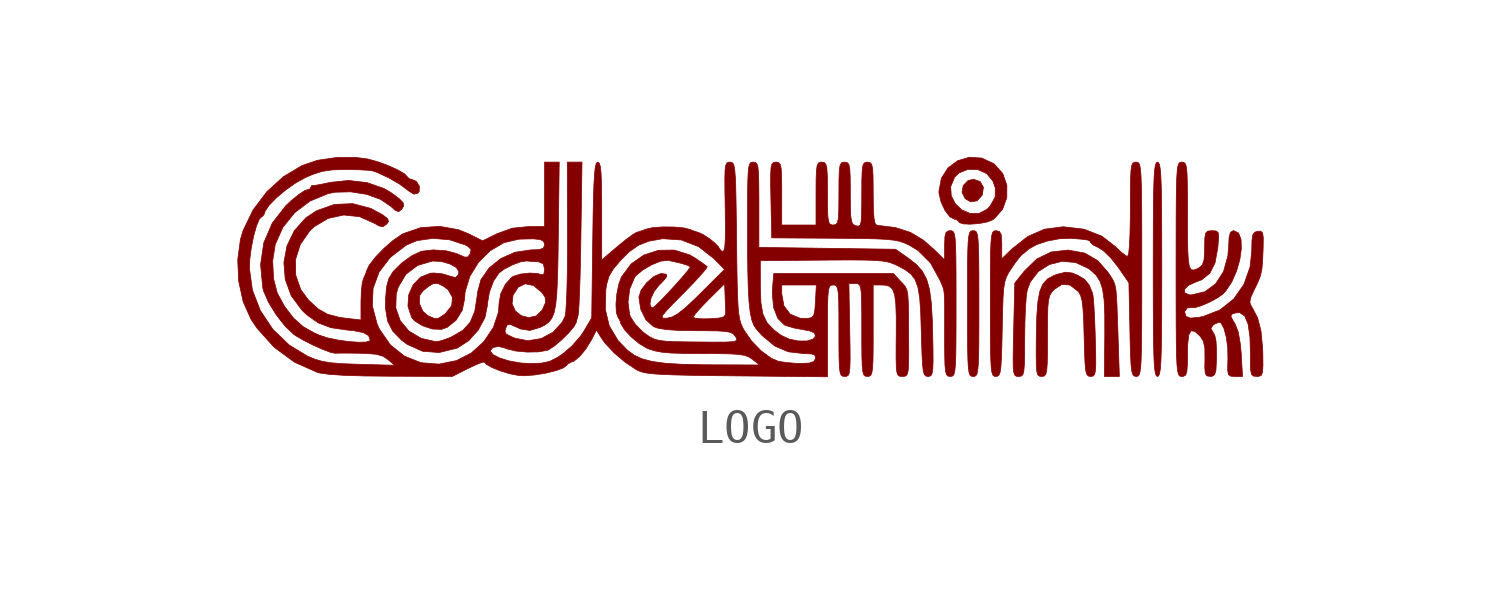
<source format=kicad_sym>
(kicad_symbol_lib
  (version 20210619)
  (generator bitmap2component)
  (symbol "LOGO"
    (pin_names
      (offset 1.016))
    (property "Reference" "#G"
      (at 0 2.582 0)
      (effects (font (size 1.27 1.27)) hide))
    (symbol "LOGO_0_0"
      (polyline (pts (xy 2.286 -1.953) (xy 2.286 -1.606) (xy 2.289 -1.195) (xy 2.299 -0.913) (xy 2.317 -0.737) (xy 2.347 -0.64) (xy 2.392 -0.601) (xy 2.455 -0.593) (xy 2.498 -0.595) (xy 2.549 -0.621) (xy 2.584 -0.694) (xy 2.607 -0.838) (xy 2.619 -1.079) (xy 2.624 -1.441) (xy 2.625 -1.947) (xy 2.625 -2.312) (xy 2.628 -2.716) (xy 2.638 -2.992) (xy 2.656 -3.164) (xy 2.687 -3.257) (xy 2.733 -3.295) (xy 2.798 -3.302) (xy 2.85 -3.299) (xy 2.899 -3.271) (xy 2.932 -3.195) (xy 2.95 -3.047) (xy 2.957 -2.802) (xy 2.955 -2.437) (xy 2.946 -1.926) (xy 2.921 -0.55) (xy 3.111 -0.55) (xy 3.179 -0.554) (xy 3.231 -0.582) (xy 3.265 -0.657) (xy 3.286 -0.805) (xy 3.297 -1.05) (xy 3.301 -1.416) (xy 3.302 -1.926) (xy 3.302 -2.295) (xy 3.306 -2.704) (xy 3.315 -2.983) (xy 3.333 -3.159) (xy 3.363 -3.255) (xy 3.408 -3.294) (xy 3.471 -3.302) (xy 3.514 -3.299) (xy 3.565 -3.274) (xy 3.6 -3.201) (xy 3.623 -3.056) (xy 3.635 -2.815) (xy 3.64 -2.454) (xy 3.641 -1.947) (xy 3.641 -0.593) (xy 3.884 -0.593) (xy 3.982 -0.596) (xy 4.119 -0.63) (xy 4.215 -0.718) (xy 4.276 -0.883) (xy 4.31 -1.148) (xy 4.324 -1.536) (xy 4.323 -2.071) (xy 4.32 -2.374) (xy 4.319 -2.765) (xy 4.326 -3.026) (xy 4.344 -3.186) (xy 4.378 -3.267) (xy 4.43 -3.298) (xy 4.505 -3.302) (xy 4.548 -3.301) (xy 4.611 -3.286) (xy 4.654 -3.231) (xy 4.679 -3.111) (xy 4.691 -2.898) (xy 4.694 -2.569) (xy 4.691 -2.095) (xy 4.69 -1.821) (xy 4.687 -1.389) (xy 4.68 -1.083) (xy 4.666 -0.877) (xy 4.64 -0.742) (xy 4.598 -0.649) (xy 4.536 -0.57) (xy 4.449 -0.478) (xy 4.241 -0.254) (xy 0.694 -0.254) (xy 0.666 -0.593) (xy 0.931 -0.593) (xy 1.956 -0.593) (xy 1.93 -1.079) (xy 1.914 -1.317) (xy 1.881 -1.485) (xy 1.814 -1.56) (xy 1.693 -1.584) (xy 1.474 -1.577) (xy 1.182 -1.456) (xy 0.996 -1.21) (xy 0.931 -0.852) (xy 0.931 -0.593) (xy 0.666 -0.593) (xy 0.658 -0.699) (xy 0.651 -0.853) (xy 0.691 -1.261) (xy 0.813 -1.579) (xy 1.005 -1.772) (xy 1.06 -1.797) (xy 1.29 -1.865) (xy 1.567 -1.918) (xy 1.758 -1.952) (xy 1.902 -2.014) (xy 1.929 -2.107) (xy 1.862 -2.195) (xy 1.675 -2.252) (xy 1.42 -2.251) (xy 1.149 -2.195) (xy 0.912 -2.083) (xy 0.69 -1.917) (xy 0.492 -1.704) (xy 0.372 -1.45) (xy 0.314 -1.113) (xy 0.297 -0.651) (xy 0.296 0.127) (xy 2.145 0.144) (xy 2.399 0.146) (xy 2.954 0.149) (xy 3.374 0.146) (xy 3.686 0.136) (xy 3.913 0.117) (xy 4.082 0.087) (xy 4.218 0.045) (xy 4.346 -0.012) (xy 4.349 -0.014) (xy 4.586 -0.14) (xy 4.761 -0.271) (xy 4.884 -0.435) (xy 4.966 -0.66) (xy 5.018 -0.972) (xy 5.048 -1.398) (xy 5.066 -1.967) (xy 5.073 -2.216) (xy 5.087 -2.65) (xy 5.103 -2.95) (xy 5.125 -3.141) (xy 5.157 -3.247) (xy 5.203 -3.292) (xy 5.265 -3.302) (xy 5.296 -3.301) (xy 5.35 -3.28) (xy 5.386 -3.215) (xy 5.407 -3.081) (xy 5.415 -2.852) (xy 5.413 -2.503) (xy 5.403 -2.011) (xy 5.394 -1.663) (xy 5.364 -1.132) (xy 5.311 -0.727) (xy 5.224 -0.419) (xy 5.095 -0.179) (xy 4.913 0.021) (xy 4.671 0.21) (xy 4.304 0.466) (xy 2.279 0.494) (xy 0.254 0.521) (xy 0.254 1.785) (xy 0.254 1.99) (xy 0.251 2.419) (xy 0.243 2.712) (xy 0.226 2.897) (xy 0.196 2.998) (xy 0.15 3.04) (xy 0.085 3.048) (xy 0.063 3.047) (xy 0.015 3.035) (xy -0.021 2.99) (xy -0.047 2.894) (xy -0.064 2.727) (xy -0.075 2.468) (xy -0.081 2.1) (xy -0.083 1.601) (xy -0.083 0.953) (xy -0.082 0.507) (xy -0.075 -0.16) (xy -0.061 -0.687) (xy -0.038 -1.093) (xy -0.004 -1.399) (xy 0.042 -1.623) (xy 0.103 -1.784) (xy 0.18 -1.901) (xy 0.353 -2.094) (xy 0.726 -2.402) (xy 1.123 -2.572) (xy 1.583 -2.625) (xy 1.588 -2.625) (xy 1.82 -2.636) (xy 1.921 -2.68) (xy 1.93 -2.773) (xy 1.88 -2.861) (xy 1.743 -2.907) (xy 1.479 -2.917) (xy 1.352 -2.913) (xy 1.053 -2.889) (xy 0.827 -2.852) (xy 0.624 -2.765) (xy 0.32 -2.544) (xy 0.031 -2.245) (xy -0.196 -1.913) (xy -0.226 -1.855) (xy -0.275 -1.743) (xy -0.313 -1.614) (xy -0.342 -1.446) (xy -0.363 -1.217) (xy -0.378 -0.905) (xy -0.39 -0.49) (xy -0.399 0.052) (xy -0.407 0.741) (xy -0.413 1.279) (xy -0.422 1.846) (xy -0.431 2.277) (xy -0.443 2.591) (xy -0.46 2.805) (xy -0.482 2.939) (xy -0.512 3.012) (xy -0.552 3.042) (xy -0.602 3.048) (xy -0.644 3.046) (xy -0.695 3.021) (xy -0.729 2.949) (xy -0.748 2.806) (xy -0.755 2.567) (xy -0.753 2.208) (xy -0.745 1.704) (xy -0.743 1.587) (xy -0.738 1.095) (xy -0.742 0.749) (xy -0.757 0.531) (xy -0.785 0.421) (xy -0.826 0.401) (xy -0.865 0.421) (xy -0.931 0.511) (xy -0.94 0.536) (xy -1.043 0.646) (xy -1.216 0.783) (xy -1.403 0.904) (xy -1.548 0.969) (xy -1.627 0.991) (xy -1.81 1.059) (xy -1.966 1.098) (xy -2.255 1.125) (xy -2.585 1.128) (xy -2.887 1.108) (xy -3.09 1.063) (xy -3.203 1.019) (xy -3.364 0.969) (xy -3.369 0.967) (xy -3.489 0.897) (xy -3.692 0.747) (xy -3.936 0.548) (xy -4.403 0.149) (xy -4.403 1.598) (xy -4.404 1.995) (xy -4.41 2.431) (xy -4.423 2.732) (xy -4.445 2.922) (xy -4.477 3.02) (xy -4.521 3.048) (xy -4.532 3.046) (xy -4.566 3.004) (xy -4.594 2.895) (xy -4.615 2.701) (xy -4.633 2.405) (xy -4.647 1.992) (xy -4.659 1.442) (xy -4.669 0.741) (xy -4.696 -1.31) (xy -4.297 -1.31) (xy -4.281 -0.729) (xy -4.256 -0.568) (xy -4.185 -0.329) (xy -4.053 -0.11) (xy -3.826 0.155) (xy -3.586 0.393) (xy -3.312 0.586) (xy -3.006 0.705) (xy -2.598 0.779) (xy -2.045 0.742) (xy -1.532 0.543) (xy -1.076 0.187) (xy -0.764 -0.132) (xy -1.479 -0.844) (xy -1.622 -0.985) (xy -1.92 -1.264) (xy -2.143 -1.443) (xy -2.315 -1.54) (xy -2.343 -1.546) (xy -1.693 -1.546) (xy -1.691 -1.537) (xy -1.613 -1.428) (xy -1.449 -1.243) (xy -1.228 -1.016) (xy -0.762 -0.556) (xy -0.751 -0.828) (xy -0.742 -1.071) (xy -0.73 -1.333) (xy -0.73 -1.337) (xy -0.735 -1.467) (xy -0.789 -1.538) (xy -0.933 -1.573) (xy -1.206 -1.592) (xy -1.419 -1.596) (xy -1.617 -1.58) (xy -1.693 -1.546) (xy -2.343 -1.546) (xy -2.464 -1.575) (xy -2.567 -1.578) (xy -2.617 -1.556) (xy -2.596 -1.49) (xy -2.491 -1.362) (xy -2.292 -1.152) (xy -1.985 -0.842) (xy -1.951 -0.808) (xy -1.676 -0.524) (xy -1.458 -0.287) (xy -1.317 -0.121) (xy -1.277 -0.05) (xy -1.298 -0.032) (xy -1.428 0.063) (xy -1.624 0.199) (xy -1.801 0.302) (xy -2.253 0.442) (xy -2.716 0.436) (xy -3.154 0.296) (xy -3.534 0.029) (xy -3.818 -0.356) (xy -3.894 -0.559) (xy -3.954 -0.853) (xy -3.976 -1.098) (xy -3.624 -1.098) (xy -3.571 -0.706) (xy -3.429 -0.37) (xy -3.385 -0.313) (xy -3.182 -0.145) (xy -2.918 0.008) (xy -2.654 0.113) (xy -2.454 0.138) (xy -2.321 0.112) (xy -2.05 0.05) (xy -1.854 -0.011) (xy -1.778 -0.055) (xy -1.783 -0.069) (xy -1.866 -0.184) (xy -2.027 -0.374) (xy -2.233 -0.606) (xy -2.455 -0.845) (xy -2.66 -1.058) (xy -2.818 -1.211) (xy -2.896 -1.27) (xy -2.931 -1.262) (xy -2.975 -1.163) (xy -2.944 -0.988) (xy -2.851 -0.786) (xy -2.709 -0.605) (xy -2.586 -0.482) (xy -2.476 -0.342) (xy -2.493 -0.273) (xy -2.631 -0.254) (xy -2.659 -0.256) (xy -2.862 -0.344) (xy -3.072 -0.526) (xy -3.236 -0.747) (xy -3.302 -0.955) (xy -3.247 -1.312) (xy -3.095 -1.622) (xy -2.874 -1.823) (xy -2.748 -1.87) (xy -2.491 -1.914) (xy -2.113 -1.94) (xy -1.591 -1.947) (xy -1.337 -1.948) (xy -0.975 -1.953) (xy -0.736 -1.969) (xy -0.587 -1.998) (xy -0.499 -2.047) (xy -0.441 -2.12) (xy -0.417 -2.159) (xy -0.399 -2.215) (xy -0.433 -2.252) (xy -0.543 -2.274) (xy -0.752 -2.284) (xy -1.084 -2.285) (xy -1.562 -2.281) (xy -1.789 -2.279) (xy -2.207 -2.272) (xy -2.503 -2.259) (xy -2.709 -2.233) (xy -2.858 -2.191) (xy -2.983 -2.126) (xy -3.117 -2.034) (xy -3.2 -1.968) (xy -3.414 -1.747) (xy -3.553 -1.532) (xy -3.577 -1.463) (xy -3.624 -1.098) (xy -3.976 -1.098) (xy -3.981 -1.156) (xy -3.97 -1.41) (xy -3.916 -1.559) (xy -3.904 -1.573) (xy -3.851 -1.679) (xy -3.838 -1.737) (xy -3.724 -1.922) (xy -3.527 -2.134) (xy -3.292 -2.329) (xy -3.062 -2.466) (xy -3.018 -2.484) (xy -2.838 -2.543) (xy -2.622 -2.584) (xy -2.336 -2.609) (xy -1.948 -2.621) (xy -1.425 -2.625) (xy -0.956 -2.626) (xy -0.588 -2.634) (xy -0.333 -2.651) (xy -0.159 -2.682) (xy -0.038 -2.728) (xy 0.061 -2.794) (xy 0.277 -2.963) (xy -1.195 -2.957) (xy -1.392 -2.956) (xy -2.029 -2.942) (xy -2.529 -2.911) (xy -2.915 -2.857) (xy -3.214 -2.778) (xy -3.449 -2.667) (xy -3.645 -2.521) (xy -3.921 -2.235) (xy -4.18 -1.802) (xy -4.297 -1.31) (xy -4.696 -1.31) (xy -4.699 -1.566) (xy -4.934 -1.966) (xy -5.026 -2.102) (xy -5.285 -2.4) (xy -5.569 -2.642) (xy -5.729 -2.748) (xy -5.952 -2.858) (xy -6.189 -2.908) (xy -6.519 -2.92) (xy -6.796 -2.904) (xy -7.131 -2.846) (xy -7.422 -2.758) (xy -7.627 -2.653) (xy -7.705 -2.545) (xy -7.704 -2.533) (xy -7.622 -2.442) (xy -7.454 -2.414) (xy -7.271 -2.461) (xy -7.221 -2.483) (xy -6.952 -2.549) (xy -6.61 -2.58) (xy -6.27 -2.574) (xy -6.006 -2.526) (xy -5.984 -2.517) (xy -5.813 -2.406) (xy -5.6 -2.227) (xy -5.391 -2.022) (xy -5.229 -1.833) (xy -5.158 -1.704) (xy -5.145 -1.643) (xy -5.101 -1.482) (xy -5.088 -1.383) (xy -5.073 -1.131) (xy -5.057 -0.755) (xy -5.042 -0.28) (xy -5.029 0.269) (xy -5.019 0.868) (xy -4.987 3.048) (xy -5.423 3.048) (xy -5.416 0.865) (xy -5.416 0.371) (xy -5.422 -0.198) (xy -5.433 -0.697) (xy -5.449 -1.102) (xy -5.468 -1.386) (xy -5.49 -1.527) (xy -5.573 -1.694) (xy -5.842 -1.989) (xy -6.196 -2.179) (xy -6.59 -2.245) (xy -6.981 -2.166) (xy -7.098 -2.116) (xy -7.238 -2.04) (xy -7.271 -1.961) (xy -7.233 -1.835) (xy -7.203 -1.777) (xy -7.123 -1.756) (xy -6.958 -1.828) (xy -6.807 -1.896) (xy -6.529 -1.939) (xy -6.228 -1.85) (xy -6.09 -1.78) (xy -5.972 -1.696) (xy -5.882 -1.58) (xy -5.814 -1.414) (xy -5.766 -1.177) (xy -5.734 -0.851) (xy -5.713 -0.414) (xy -5.699 0.152) (xy -5.689 0.868) (xy -5.662 3.048) (xy -6.096 3.048) (xy -6.096 1.14) (xy -6.592 1.137) (xy -7.055 1.09) (xy -7.51 0.925) (xy -7.933 0.716) (xy -8.348 0.925) (xy -8.648 1.046) (xy -9.203 1.145) (xy -9.764 1.107) (xy -10.28 0.931) (xy -10.327 0.905) (xy -10.587 0.726) (xy -10.859 0.489) (xy -11.107 0.233) (xy -11.291 -0.004) (xy -11.375 -0.181) (xy -11.388 -0.236) (xy -11.464 -0.411) (xy -11.498 -0.531) (xy -11.525 -0.774) (xy -11.536 -1.078) (xy -11.536 -1.214) (xy -11.199 -1.214) (xy -11.178 -0.695) (xy -11 -0.211) (xy -10.67 0.223) (xy -10.192 0.59) (xy -9.873 0.723) (xy -9.405 0.789) (xy -8.911 0.747) (xy -8.449 0.595) (xy -8.373 0.555) (xy -8.273 0.457) (xy -8.3 0.333) (xy -8.306 0.322) (xy -8.373 0.236) (xy -8.47 0.235) (xy -8.656 0.319) (xy -8.69 0.335) (xy -9.011 0.421) (xy -9.391 0.447) (xy -9.737 0.408) (xy -9.76 0.401) (xy -10.035 0.271) (xy -10.331 0.057) (xy -10.579 -0.191) (xy -10.595 -0.212) (xy -10.713 -0.408) (xy -10.778 -0.65) (xy -10.807 -0.998) (xy -10.808 -1.273) (xy -10.505 -1.273) (xy -10.49 -0.853) (xy -10.43 -0.653) (xy -10.202 -0.274) (xy -9.858 -0.013) (xy -9.416 0.116) (xy -9.397 0.117) (xy -9.147 0.102) (xy -8.9 0.03) (xy -8.711 -0.075) (xy -8.636 -0.194) (xy -8.645 -0.281) (xy -8.733 -0.375) (xy -8.911 -0.327) (xy -8.919 -0.323) (xy -9.125 -0.262) (xy -9.381 -0.237) (xy -9.478 -0.244) (xy -9.77 -0.36) (xy -9.991 -0.588) (xy -10.123 -0.889) (xy -10.139 -1.138) (xy -9.807 -1.138) (xy -9.793 -0.894) (xy -9.703 -0.773) (xy -9.534 -0.633) (xy -9.39 -0.551) (xy -9.26 -0.546) (xy -9.081 -0.636) (xy -8.954 -0.733) (xy -8.825 -0.96) (xy -8.848 -1.206) (xy -9.028 -1.433) (xy -9.1 -1.489) (xy -9.246 -1.581) (xy -9.368 -1.582) (xy -9.548 -1.504) (xy -9.701 -1.374) (xy -9.807 -1.138) (xy -10.139 -1.138) (xy -10.144 -1.223) (xy -10.037 -1.551) (xy -9.947 -1.655) (xy -9.708 -1.802) (xy -9.42 -1.897) (xy -9.155 -1.908) (xy -8.976 -1.845) (xy -8.719 -1.637) (xy -8.536 -1.343) (xy -8.467 -1.012) (xy -8.451 -0.799) (xy -8.312 -0.34) (xy -8.054 0.078) (xy -7.706 0.422) (xy -7.298 0.662) (xy -6.858 0.764) (xy -6.768 0.768) (xy -6.43 0.775) (xy -6.225 0.754) (xy -6.123 0.699) (xy -6.096 0.604) (xy -6.097 0.584) (xy -6.134 0.497) (xy -6.258 0.456) (xy -6.51 0.446) (xy -6.513 0.446) (xy -6.973 0.377) (xy -7.393 0.191) (xy -7.739 -0.088) (xy -7.981 -0.434) (xy -8.086 -0.821) (xy -8.095 -0.93) (xy -8.165 -1.374) (xy -8.3 -1.698) (xy -8.52 -1.936) (xy -8.848 -2.127) (xy -8.933 -2.164) (xy -9.161 -2.245) (xy -9.313 -2.273) (xy -9.747 -2.175) (xy -10.113 -1.959) (xy -10.373 -1.65) (xy -10.505 -1.273) (xy -10.808 -1.273) (xy -10.808 -1.287) (xy -10.748 -1.66) (xy -10.597 -1.957) (xy -10.335 -2.226) (xy -10.162 -2.355) (xy -9.709 -2.557) (xy -9.219 -2.594) (xy -8.697 -2.466) (xy -8.677 -2.458) (xy -8.345 -2.244) (xy -8.061 -1.928) (xy -7.864 -1.562) (xy -7.789 -1.198) (xy -7.788 -1.143) (xy -7.73 -0.801) (xy -7.607 -0.473) (xy -7.447 -0.238) (xy -7.3 -0.128) (xy -7.055 0.000300) (xy -6.807 0.093) (xy -6.625 0.12) (xy -6.514 0.109) (xy -6.308 0.095) (xy -6.271 0.093) (xy -6.132 0.035) (xy -6.096 -0.132) (xy -6.117 -0.272) (xy -6.194 -0.288) (xy -6.298 -0.253) (xy -6.54 -0.239) (xy -6.81 -0.269) (xy -7.027 -0.339) (xy -7.072 -0.367) (xy -7.256 -0.57) (xy -7.393 -0.846) (xy -7.442 -1.117) (xy -7.445 -1.153) (xy -7.059 -1.153) (xy -7.031 -0.9) (xy -6.879 -0.658) (xy -6.666 -0.557) (xy -6.422 -0.61) (xy -6.174 -0.818) (xy -6.081 -0.954) (xy -6.066 -1.11) (xy -6.16 -1.323) (xy -6.166 -1.334) (xy -6.344 -1.51) (xy -6.564 -1.559) (xy -6.784 -1.503) (xy -6.962 -1.361) (xy -7.059 -1.153) (xy -7.445 -1.153) (xy -7.462 -1.399) (xy -7.614 -1.851) (xy -7.891 -2.265) (xy -8.263 -2.605) (xy -8.706 -2.833) (xy -9.224 -2.937) (xy -9.758 -2.895) (xy -10.245 -2.702) (xy -10.662 -2.37) (xy -10.984 -1.908) (xy -11.057 -1.75) (xy -11.199 -1.214) (xy -11.536 -1.214) (xy -11.536 -1.629) (xy -11.994 -1.576) (xy -12.182 -1.55) (xy -12.525 -1.46) (xy -12.804 -1.302) (xy -13.092 -1.038) (xy -13.318 -0.732) (xy -13.47 -0.298) (xy -13.476 0.159) (xy -13.334 0.608) (xy -13.047 1.017) (xy -12.924 1.133) (xy -12.51 1.38) (xy -12.048 1.481) (xy -11.574 1.431) (xy -11.122 1.228) (xy -11.01 1.16) (xy -10.887 1.133) (xy -10.78 1.206) (xy -10.721 1.283) (xy -10.743 1.37) (xy -10.896 1.488) (xy -11.244 1.677) (xy -11.778 1.818) (xy -12.321 1.795) (xy -12.853 1.607) (xy -13.171 1.396) (xy -13.511 1.016) (xy -13.729 0.565) (xy -13.82 0.073) (xy -13.78 -0.429) (xy -13.603 -0.91) (xy -13.285 -1.34) (xy -13.143 -1.475) (xy -12.805 -1.715) (xy -12.425 -1.858) (xy -11.942 -1.928) (xy -11.755 -1.946) (xy -11.467 -2.003) (xy -11.311 -2.093) (xy -11.262 -2.227) (xy -11.269 -2.245) (xy -11.383 -2.283) (xy -11.609 -2.289) (xy -11.903 -2.268) (xy -12.222 -2.223) (xy -12.526 -2.159) (xy -12.77 -2.08) (xy -12.9 -2.023) (xy -13.248 -1.828) (xy -13.527 -1.581) (xy -13.8 -1.228) (xy -13.806 -1.218) (xy -14.017 -0.829) (xy -14.127 -0.401) (xy -14.152 0.124) (xy -14.076 0.61) (xy -13.851 1.113) (xy -13.501 1.549) (xy -13.046 1.893) (xy -12.51 2.115) (xy -12.304 2.156) (xy -11.843 2.168) (xy -11.376 2.095) (xy -10.959 1.946) (xy -10.647 1.734) (xy -10.522 1.62) (xy -10.42 1.58) (xy -10.333 1.647) (xy -10.274 1.742) (xy -10.286 1.843) (xy -10.404 1.966) (xy -10.647 2.145) (xy -10.854 2.266) (xy -11.355 2.441) (xy -11.906 2.505) (xy -12.446 2.448) (xy -12.643 2.405) (xy -12.864 2.364) (xy -12.975 2.355) (xy -12.994 2.356) (xy -13.039 2.281) (xy -13.043 2.254) (xy -13.108 2.235) (xy -13.109 2.235) (xy -13.204 2.204) (xy -13.385 2.083) (xy -13.611 1.899) (xy -13.758 1.761) (xy -14.164 1.243) (xy -14.416 0.657) (xy -14.511 0.014) (xy -14.446 -0.677) (xy -14.421 -0.772) (xy -14.274 -1.109) (xy -14.049 -1.474) (xy -13.788 -1.809) (xy -13.53 -2.053) (xy -13.47 -2.094) (xy -13.236 -2.232) (xy -12.953 -2.375) (xy -12.67 -2.501) (xy -12.436 -2.589) (xy -12.301 -2.616) (xy -12.292 -2.615) (xy -12.156 -2.611) (xy -11.906 -2.611) (xy -11.588 -2.615) (xy -11.368 -2.621) (xy -11.079 -2.647) (xy -10.885 -2.703) (xy -10.741 -2.798) (xy -10.541 -2.971) (xy -11.599 -2.942) (xy -11.61 -2.942) (xy -12.077 -2.925) (xy -12.419 -2.898) (xy -12.678 -2.857) (xy -12.899 -2.792) (xy -13.123 -2.698) (xy -13.665 -2.37) (xy -14.145 -1.908) (xy -14.514 -1.357) (xy -14.752 -0.746) (xy -14.841 -0.104) (xy -14.829 0.177) (xy -14.784 0.523) (xy -14.715 0.863) (xy -14.633 1.156) (xy -14.547 1.362) (xy -14.466 1.439) (xy -14.447 1.443) (xy -14.393 1.529) (xy -14.38 1.587) (xy -14.26 1.767) (xy -14.045 1.988) (xy -13.77 2.22) (xy -13.471 2.431) (xy -13.182 2.591) (xy -12.974 2.681) (xy -12.683 2.774) (xy -12.377 2.819) (xy -11.98 2.829) (xy -11.905 2.829) (xy -11.577 2.821) (xy -11.317 2.805) (xy -11.176 2.785) (xy -11.046 2.737) (xy -10.716 2.583) (xy -10.397 2.4) (xy -10.165 2.229) (xy -10.13 2.198) (xy -9.968 2.098) (xy -9.849 2.129) (xy -9.811 2.177) (xy -9.805 2.33) (xy -9.891 2.475) (xy -10.036 2.54) (xy -10.091 2.547) (xy -10.16 2.604) (xy -10.161 2.612) (xy -10.252 2.705) (xy -10.458 2.823) (xy -10.736 2.949) (xy -11.044 3.061) (xy -11.339 3.141) (xy -11.704 3.189) (xy -12.267 3.184) (xy -12.827 3.102) (xy -13.286 2.945) (xy -13.836 2.616) (xy -14.329 2.167) (xy -14.738 1.623) (xy -15.032 1.012) (xy -15.108 0.755) (xy -15.188 0.151) (xy -15.159 -0.481) (xy -15.028 -1.084) (xy -14.798 -1.602) (xy -14.622 -1.866) (xy -14.111 -2.436) (xy -13.505 -2.881) (xy -12.827 -3.183) (xy -12.776 -3.197) (xy -12.492 -3.239) (xy -12.046 -3.269) (xy -11.436 -3.288) (xy -10.659 -3.296) (xy -8.829 -3.302) (xy -8.352 -3.061) (xy -8.12 -2.951) (xy -7.942 -2.882) (xy -7.874 -2.876) (xy -7.83 -2.937) (xy -7.661 -3.035) (xy -7.412 -3.136) (xy -7.13 -3.222) (xy -6.864 -3.274) (xy -6.689 -3.281) (xy -6.384 -3.258) (xy -6.059 -3.204) (xy -5.761 -3.131) (xy -5.537 -3.048) (xy -5.434 -2.966) (xy -5.421 -2.941) (xy -5.306 -2.877) (xy -5.235 -2.856) (xy -5.064 -2.719) (xy -4.875 -2.491) (xy -4.704 -2.212) (xy -4.557 -1.927) (xy -4.409 -2.17) (xy -4.314 -2.305) (xy -4.04 -2.599) (xy -3.704 -2.885) (xy -3.364 -3.11) (xy -3.32 -3.132) (xy -3.216 -3.17) (xy -3.076 -3.201) (xy -2.88 -3.225) (xy -2.609 -3.243) (xy -2.245 -3.257) (xy -1.768 -3.269) (xy -1.161 -3.278) (xy -0.402 -3.286) (xy 2.286 -3.313) (xy 2.286 -1.953)) (stroke (width 0.01)) (fill (type outline)))
      (polyline (pts (xy 5.955 -3.301) (xy 6 -3.285) (xy 6.035 -3.236) (xy 6.06 -3.133) (xy 6.077 -2.958) (xy 6.088 -2.69) (xy 6.093 -2.312) (xy 6.096 -1.802) (xy 6.096 -1.143) (xy 6.096 -0.784) (xy 6.095 -0.204) (xy 6.091 0.236) (xy 6.083 0.555) (xy 6.069 0.772) (xy 6.048 0.908) (xy 6.018 0.981) (xy 5.978 1.01) (xy 5.927 1.016) (xy 5.882 1.014) (xy 5.802 0.97) (xy 5.766 0.841) (xy 5.757 0.583) (xy 5.757 0.15) (xy 5.44 0.463) (xy 5.133 0.732) (xy 4.744 0.967) (xy 4.299 1.109) (xy 3.747 1.178) (xy 3.699 1.226) (xy 3.665 1.385) (xy 3.646 1.676) (xy 3.641 2.117) (xy 3.64 2.292) (xy 3.636 2.642) (xy 3.623 2.864) (xy 3.594 2.986) (xy 3.545 3.037) (xy 3.471 3.048) (xy 3.432 3.046) (xy 3.372 3.019) (xy 3.333 2.938) (xy 3.313 2.774) (xy 3.304 2.499) (xy 3.302 2.082) (xy 3.301 1.816) (xy 3.297 1.488) (xy 3.283 1.287) (xy 3.254 1.183) (xy 3.205 1.151) (xy 3.133 1.161) (xy 3.112 1.167) (xy 3.044 1.205) (xy 3.001 1.29) (xy 2.976 1.451) (xy 2.966 1.72) (xy 2.963 2.127) (xy 2.963 2.287) (xy 2.959 2.64) (xy 2.946 2.862) (xy 2.917 2.985) (xy 2.868 3.037) (xy 2.794 3.048) (xy 2.762 3.047) (xy 2.698 3.024) (xy 2.658 2.949) (xy 2.636 2.792) (xy 2.627 2.524) (xy 2.625 2.117) (xy 2.624 1.941) (xy 2.62 1.591) (xy 2.607 1.37) (xy 2.578 1.248) (xy 2.529 1.196) (xy 2.455 1.185) (xy 2.423 1.187) (xy 2.36 1.21) (xy 2.32 1.285) (xy 2.297 1.442) (xy 2.288 1.709) (xy 2.286 2.117) (xy 2.286 2.292) (xy 2.282 2.642) (xy 2.268 2.864) (xy 2.239 2.986) (xy 2.191 3.037) (xy 2.117 3.048) (xy 2.085 3.047) (xy 2.021 3.024) (xy 1.981 2.949) (xy 1.959 2.792) (xy 1.949 2.524) (xy 1.947 2.117) (xy 1.947 1.185) (xy 0.931 1.185) (xy 0.931 2.117) (xy 0.931 2.304) (xy 0.927 2.65) (xy 0.913 2.868) (xy 0.884 2.988) (xy 0.835 3.038) (xy 0.759 3.048) (xy 0.755 3.048) (xy 0.687 3.039) (xy 0.641 2.994) (xy 0.614 2.887) (xy 0.603 2.692) (xy 0.603 2.38) (xy 0.611 1.926) (xy 0.635 0.804) (xy 2.473 0.792) (xy 2.751 0.79) (xy 3.298 0.785) (xy 3.712 0.775) (xy 4.019 0.76) (xy 4.246 0.736) (xy 4.417 0.702) (xy 4.559 0.655) (xy 4.698 0.593) (xy 4.971 0.429) (xy 5.339 0.06) (xy 5.618 -0.446) (xy 5.659 -0.541) (xy 5.7 -0.639) (xy 5.728 -0.727) (xy 5.745 -0.836) (xy 5.754 -0.996) (xy 5.758 -1.235) (xy 5.758 -1.585) (xy 5.757 -2.074) (xy 5.757 -2.227) (xy 5.76 -2.662) (xy 5.767 -2.961) (xy 5.785 -3.148) (xy 5.814 -3.251) (xy 5.861 -3.293) (xy 5.927 -3.302) (xy 5.955 -3.301)) (stroke (width 0.01)) (fill (type outline)))
      (polyline (pts (xy 6.632 -3.301) (xy 6.678 -3.285) (xy 6.712 -3.236) (xy 6.737 -3.133) (xy 6.754 -2.958) (xy 6.765 -2.69) (xy 6.771 -2.312) (xy 6.773 -1.802) (xy 6.773 -1.143) (xy 6.773 -0.784) (xy 6.772 -0.204) (xy 6.768 0.236) (xy 6.76 0.555) (xy 6.746 0.772) (xy 6.725 0.908) (xy 6.696 0.981) (xy 6.656 1.01) (xy 6.604 1.016) (xy 6.576 1.015) (xy 6.53 1) (xy 6.496 0.95) (xy 6.471 0.847) (xy 6.454 0.672) (xy 6.443 0.404) (xy 6.437 0.026) (xy 6.435 -0.484) (xy 6.435 -1.143) (xy 6.435 -1.502) (xy 6.436 -2.082) (xy 6.44 -2.522) (xy 6.448 -2.841) (xy 6.462 -3.058) (xy 6.483 -3.194) (xy 6.512 -3.267) (xy 6.552 -3.296) (xy 6.604 -3.302) (xy 6.632 -3.301)) (stroke (width 0.01)) (fill (type outline)))
      (polyline (pts (xy 11.449 -3.302) (xy 11.488 -3.292) (xy 11.52 -3.256) (xy 11.545 -3.179) (xy 11.565 -3.044) (xy 11.579 -2.835) (xy 11.588 -2.537) (xy 11.594 -2.132) (xy 11.598 -1.607) (xy 11.599 -0.944) (xy 11.599 -0.127) (xy 11.599 0.233) (xy 11.599 0.983) (xy 11.597 1.587) (xy 11.593 2.059) (xy 11.585 2.417) (xy 11.574 2.677) (xy 11.558 2.853) (xy 11.537 2.962) (xy 11.509 3.021) (xy 11.473 3.044) (xy 11.43 3.048) (xy 11.382 3.044) (xy 11.332 3.015) (xy 11.299 2.937) (xy 11.278 2.786) (xy 11.266 2.537) (xy 11.262 2.167) (xy 11.261 1.651) (xy 11.259 1.389) (xy 11.25 0.923) (xy 11.233 0.565) (xy 11.21 0.335) (xy 11.18 0.254) (xy 11.14 0.269) (xy 11 0.372) (xy 10.819 0.543) (xy 10.417 0.854) (xy 9.889 1.061) (xy 9.277 1.132) (xy 9.263 1.132) (xy 8.715 1.061) (xy 8.219 0.844) (xy 7.747 0.471) (xy 7.451 0.183) (xy 7.451 0.6) (xy 7.45 0.686) (xy 7.434 0.897) (xy 7.383 0.993) (xy 7.281 1.016) (xy 7.253 1.015) (xy 7.208 1) (xy 7.173 0.95) (xy 7.148 0.847) (xy 7.131 0.672) (xy 7.12 0.404) (xy 7.115 0.026) (xy 7.112 -0.484) (xy 7.112 -1.143) (xy 7.112 -1.414) (xy 7.113 -2.014) (xy 7.117 -2.472) (xy 7.125 -2.806) (xy 7.138 -3.036) (xy 7.158 -3.181) (xy 7.186 -3.261) (xy 7.225 -3.295) (xy 7.274 -3.302) (xy 7.314 -3.299) (xy 7.364 -3.269) (xy 7.399 -3.188) (xy 7.423 -3.033) (xy 7.44 -2.78) (xy 7.453 -2.405) (xy 7.465 -1.884) (xy 7.465 -1.845) (xy 7.476 -1.334) (xy 7.489 -0.96) (xy 7.509 -0.693) (xy 7.54 -0.502) (xy 7.586 -0.358) (xy 7.654 -0.229) (xy 7.747 -0.085) (xy 7.85 0.065) (xy 7.986 0.243) (xy 8.066 0.325) (xy 8.11 0.351) (xy 8.235 0.458) (xy 8.258 0.479) (xy 8.485 0.605) (xy 8.807 0.711) (xy 9.161 0.778) (xy 9.483 0.791) (xy 9.525 0.788) (xy 9.82 0.764) (xy 9.986 0.742) (xy 10.059 0.714) (xy 10.075 0.673) (xy 10.075 0.671) (xy 10.152 0.598) (xy 10.325 0.51) (xy 10.47 0.415) (xy 10.685 0.206) (xy 10.896 -0.061) (xy 11.218 -0.528) (xy 11.247 -1.915) (xy 11.253 -2.22) (xy 11.265 -2.651) (xy 11.28 -2.949) (xy 11.302 -3.139) (xy 11.333 -3.246) (xy 11.377 -3.292) (xy 11.437 -3.302) (xy 11.449 -3.302)) (stroke (width 0.01)) (fill (type outline)))
      (polyline (pts (xy 8.027 -3.293) (xy 8.075 -3.248) (xy 8.105 -3.141) (xy 8.121 -2.945) (xy 8.128 -2.634) (xy 8.13 -2.18) (xy 8.13 -2.135) (xy 8.137 -1.688) (xy 8.153 -1.279) (xy 8.176 -0.953) (xy 8.203 -0.752) (xy 8.292 -0.508) (xy 8.532 -0.196) (xy 8.86 0.014) (xy 9.241 0.108) (xy 9.638 0.074) (xy 10.013 -0.101) (xy 10.083 -0.153) (xy 10.246 -0.303) (xy 10.362 -0.482) (xy 10.438 -0.717) (xy 10.483 -1.037) (xy 10.502 -1.469) (xy 10.503 -2.042) (xy 10.492 -3.302) (xy 10.935 -3.302) (xy 10.893 -2.011) (xy 10.881 -1.65) (xy 10.866 -1.228) (xy 10.851 -0.926) (xy 10.83 -0.715) (xy 10.798 -0.567) (xy 10.75 -0.452) (xy 10.682 -0.341) (xy 10.589 -0.205) (xy 10.297 0.128) (xy 9.909 0.353) (xy 9.429 0.44) (xy 9.407 0.441) (xy 8.915 0.386) (xy 8.489 0.179) (xy 8.115 -0.185) (xy 7.836 -0.538) (xy 7.803 -1.92) (xy 7.792 -2.385) (xy 7.787 -2.766) (xy 7.79 -3.023) (xy 7.806 -3.182) (xy 7.836 -3.265) (xy 7.882 -3.297) (xy 7.949 -3.302) (xy 7.957 -3.302) (xy 8.027 -3.293)) (stroke (width 0.01)) (fill (type outline)))
      (polyline (pts (xy 10.097 -3.302) (xy 10.16 -3.29) (xy 10.202 -3.241) (xy 10.226 -3.127) (xy 10.236 -2.923) (xy 10.233 -2.602) (xy 10.221 -2.138) (xy 10.218 -2.023) (xy 10.202 -1.598) (xy 10.183 -1.237) (xy 10.163 -0.975) (xy 10.145 -0.847) (xy 10.038 -0.59) (xy 9.905 -0.426) (xy 9.695 -0.302) (xy 9.54 -0.238) (xy 9.341 -0.214) (xy 9.094 -0.275) (xy 8.999 -0.309) (xy 8.81 -0.411) (xy 8.672 -0.559) (xy 8.579 -0.776) (xy 8.52 -1.088) (xy 8.488 -1.52) (xy 8.474 -2.095) (xy 8.472 -2.25) (xy 8.47 -2.679) (xy 8.474 -2.972) (xy 8.489 -3.155) (xy 8.518 -3.254) (xy 8.565 -3.294) (xy 8.633 -3.302) (xy 8.649 -3.302) (xy 8.713 -3.288) (xy 8.756 -3.236) (xy 8.783 -3.118) (xy 8.798 -2.909) (xy 8.804 -2.583) (xy 8.805 -2.113) (xy 8.805 -2.006) (xy 8.807 -1.564) (xy 8.816 -1.254) (xy 8.836 -1.045) (xy 8.872 -0.907) (xy 8.927 -0.81) (xy 9.008 -0.721) (xy 9.233 -0.576) (xy 9.469 -0.593) (xy 9.71 -0.779) (xy 9.729 -0.801) (xy 9.787 -0.904) (xy 9.829 -1.058) (xy 9.857 -1.294) (xy 9.877 -1.639) (xy 9.891 -2.125) (xy 9.892 -2.158) (xy 9.904 -2.616) (xy 9.919 -2.932) (xy 9.94 -3.133) (xy 9.972 -3.244) (xy 10.019 -3.292) (xy 10.086 -3.302) (xy 10.097 -3.302)) (stroke (width 0.01)) (fill (type outline)))
      (polyline (pts (xy 12.07 -3.302) (xy 12.102 -3.279) (xy 12.128 -3.21) (xy 12.149 -3.078) (xy 12.165 -2.869) (xy 12.176 -2.568) (xy 12.184 -2.158) (xy 12.189 -1.625) (xy 12.191 -0.953) (xy 12.192 -0.127) (xy 12.192 -0.003) (xy 12.191 0.8) (xy 12.188 1.452) (xy 12.183 1.968) (xy 12.175 2.361) (xy 12.163 2.649) (xy 12.146 2.847) (xy 12.125 2.969) (xy 12.098 3.031) (xy 12.065 3.048) (xy 12.06 3.048) (xy 12.028 3.025) (xy 12.002 2.956) (xy 11.981 2.824) (xy 11.965 2.615) (xy 11.954 2.314) (xy 11.946 1.904) (xy 11.941 1.371) (xy 11.939 0.699) (xy 11.938 -0.127) (xy 11.938 -0.251) (xy 11.939 -1.054) (xy 11.942 -1.706) (xy 11.947 -2.221) (xy 11.955 -2.615) (xy 11.967 -2.903) (xy 11.984 -3.101) (xy 12.005 -3.223) (xy 12.032 -3.285) (xy 12.065 -3.302) (xy 12.07 -3.302)) (stroke (width 0.01)) (fill (type outline)))
      (polyline (pts (xy 14.546 -2.632) (xy 14.523 -2.365) (xy 14.458 -1.986) (xy 14.365 -1.746) (xy 14.318 -1.674) (xy 14.24 -1.529) (xy 14.258 -1.461) (xy 14.375 -1.42) (xy 14.503 -1.412) (xy 14.65 -1.513) (xy 14.75 -1.754) (xy 14.805 -2.143) (xy 14.819 -2.688) (xy 14.818 -2.844) (xy 14.823 -3.098) (xy 14.849 -3.236) (xy 14.906 -3.291) (xy 15.006 -3.302) (xy 15.072 -3.299) (xy 15.142 -3.267) (xy 15.178 -3.171) (xy 15.189 -2.975) (xy 15.186 -2.646) (xy 15.181 -2.481) (xy 15.133 -1.966) (xy 15.034 -1.573) (xy 14.875 -1.267) (xy 14.847 -1.226) (xy 14.8 -1.105) (xy 14.826 -0.961) (xy 14.932 -0.732) (xy 15.032 -0.53) (xy 15.11 -0.338) (xy 15.155 -0.149) (xy 15.178 0.094) (xy 15.193 0.449) (xy 15.196 0.536) (xy 15.199 0.804) (xy 15.18 0.947) (xy 15.129 1) (xy 15.036 0.999) (xy 14.946 0.972) (xy 14.889 0.892) (xy 14.864 0.723) (xy 14.858 0.423) (xy 14.809 -0.053) (xy 14.626 -0.574) (xy 14.323 -1.007) (xy 13.916 -1.331) (xy 13.422 -1.524) (xy 13.3 -1.549) (xy 13.044 -1.574) (xy 12.909 -1.524) (xy 12.869 -1.392) (xy 12.87 -1.382) (xy 12.947 -1.272) (xy 13.146 -1.26) (xy 13.183 -1.26) (xy 13.361 -1.207) (xy 13.597 -1.105) (xy 13.83 -0.981) (xy 13.997 -0.865) (xy 14.089 -0.768) (xy 14.267 -0.499) (xy 14.408 -0.178) (xy 14.504 0.161) (xy 14.55 0.484) (xy 14.54 0.757) (xy 14.468 0.946) (xy 14.328 1.016) (xy 14.301 1.014) (xy 14.226 0.966) (xy 14.187 0.822) (xy 14.172 0.547) (xy 14.149 0.265) (xy 14.02 -0.198) (xy 13.789 -0.556) (xy 13.471 -0.791) (xy 13.078 -0.885) (xy 13.008 -0.884) (xy 12.875 -0.829) (xy 12.867 -0.725) (xy 12.975 -0.606) (xy 13.187 -0.51) (xy 13.378 -0.437) (xy 13.617 -0.243) (xy 13.769 0.061) (xy 13.85 0.502) (xy 13.858 0.584) (xy 13.877 0.832) (xy 13.862 0.961) (xy 13.801 1.009) (xy 13.681 1.016) (xy 13.67 1.016) (xy 13.553 1.004) (xy 13.491 0.942) (xy 13.466 0.791) (xy 13.462 0.511) (xy 13.461 0.408) (xy 13.444 0.15) (xy 13.393 0.001) (xy 13.298 -0.082) (xy 13.228 -0.118) (xy 13.129 -0.152) (xy 13.057 -0.133) (xy 13.008 -0.041) (xy 12.978 0.142) (xy 12.962 0.438) (xy 12.955 0.863) (xy 12.954 1.439) (xy 12.954 1.612) (xy 12.953 2.127) (xy 12.947 2.502) (xy 12.937 2.758) (xy 12.917 2.918) (xy 12.887 3.005) (xy 12.843 3.041) (xy 12.785 3.048) (xy 12.765 3.048) (xy 12.725 3.037) (xy 12.693 3.001) (xy 12.668 2.924) (xy 12.649 2.788) (xy 12.635 2.58) (xy 12.626 2.281) (xy 12.62 1.877) (xy 12.617 1.352) (xy 12.616 0.689) (xy 12.615 -0.127) (xy 12.615 -0.486) (xy 12.616 -1.237) (xy 12.618 -1.84) (xy 12.622 -2.313) (xy 12.629 -2.671) (xy 12.64 -2.93) (xy 12.656 -3.107) (xy 12.678 -3.216) (xy 12.706 -3.275) (xy 12.741 -3.298) (xy 12.785 -3.302) (xy 12.829 -3.3) (xy 12.897 -3.265) (xy 12.934 -3.164) (xy 12.95 -2.962) (xy 12.954 -2.625) (xy 12.96 -2.337) (xy 12.993 -2.067) (xy 13.061 -1.948) (xy 13.173 -1.968) (xy 13.336 -2.118) (xy 13.422 -2.253) (xy 13.468 -2.466) (xy 13.471 -2.795) (xy 13.466 -3.042) (xy 13.481 -3.212) (xy 13.531 -3.286) (xy 13.627 -3.302) (xy 13.679 -3.299) (xy 13.758 -3.252) (xy 13.796 -3.119) (xy 13.81 -2.857) (xy 13.813 -2.51) (xy 13.798 -2.247) (xy 13.76 -2.078) (xy 13.692 -1.962) (xy 13.647 -1.873) (xy 13.721 -1.773) (xy 13.786 -1.736) (xy 13.896 -1.695) (xy 13.95 -1.722) (xy 14.033 -1.879) (xy 14.102 -2.135) (xy 14.145 -2.446) (xy 14.152 -2.771) (xy 14.148 -2.873) (xy 14.143 -3.119) (xy 14.166 -3.247) (xy 14.233 -3.295) (xy 14.356 -3.302) (xy 14.584 -3.302) (xy 14.546 -2.632)) (stroke (width 0.01)) (fill (type outline)))
      (polyline (pts (xy 6.773 1.228) (xy 7.01 1.272) (xy 7.18 1.338) (xy 7.231 1.374) (xy 7.476 1.652) (xy 7.6 1.998) (xy 7.601 2.366) (xy 7.479 2.712) (xy 7.231 2.99) (xy 7.218 3) (xy 6.859 3.168) (xy 6.491 3.193) (xy 6.146 3.09) (xy 5.858 2.877) (xy 5.661 2.57) (xy 5.614 2.319) (xy 5.936 2.319) (xy 6.052 2.596) (xy 6.181 2.726) (xy 6.446 2.834) (xy 6.738 2.827) (xy 7.003 2.71) (xy 7.186 2.488) (xy 7.259 2.283) (xy 7.255 2.014) (xy 7.106 1.747) (xy 7.014 1.651) (xy 6.771 1.525) (xy 6.514 1.526) (xy 6.272 1.629) (xy 6.076 1.811) (xy 5.954 2.049) (xy 5.936 2.319) (xy 5.614 2.319) (xy 5.588 2.184) (xy 5.591 2.124) (xy 5.652 1.866) (xy 5.768 1.617) (xy 5.912 1.429) (xy 6.052 1.355) (xy 6.112 1.346) (xy 6.181 1.28) (xy 6.19 1.258) (xy 6.309 1.218) (xy 6.521 1.209) (xy 6.773 1.228)) (stroke (width 0.01)) (fill (type outline)))
      (polyline (pts (xy 6.723 1.902) (xy 6.872 2.072) (xy 6.873 2.075) (xy 6.907 2.301) (xy 6.81 2.472) (xy 6.611 2.54) (xy 6.45 2.5) (xy 6.309 2.354) (xy 6.273 2.156) (xy 6.367 1.964) (xy 6.528 1.872) (xy 6.723 1.902)) (stroke (width 0.01)) (fill (type outline))))))
</source>
